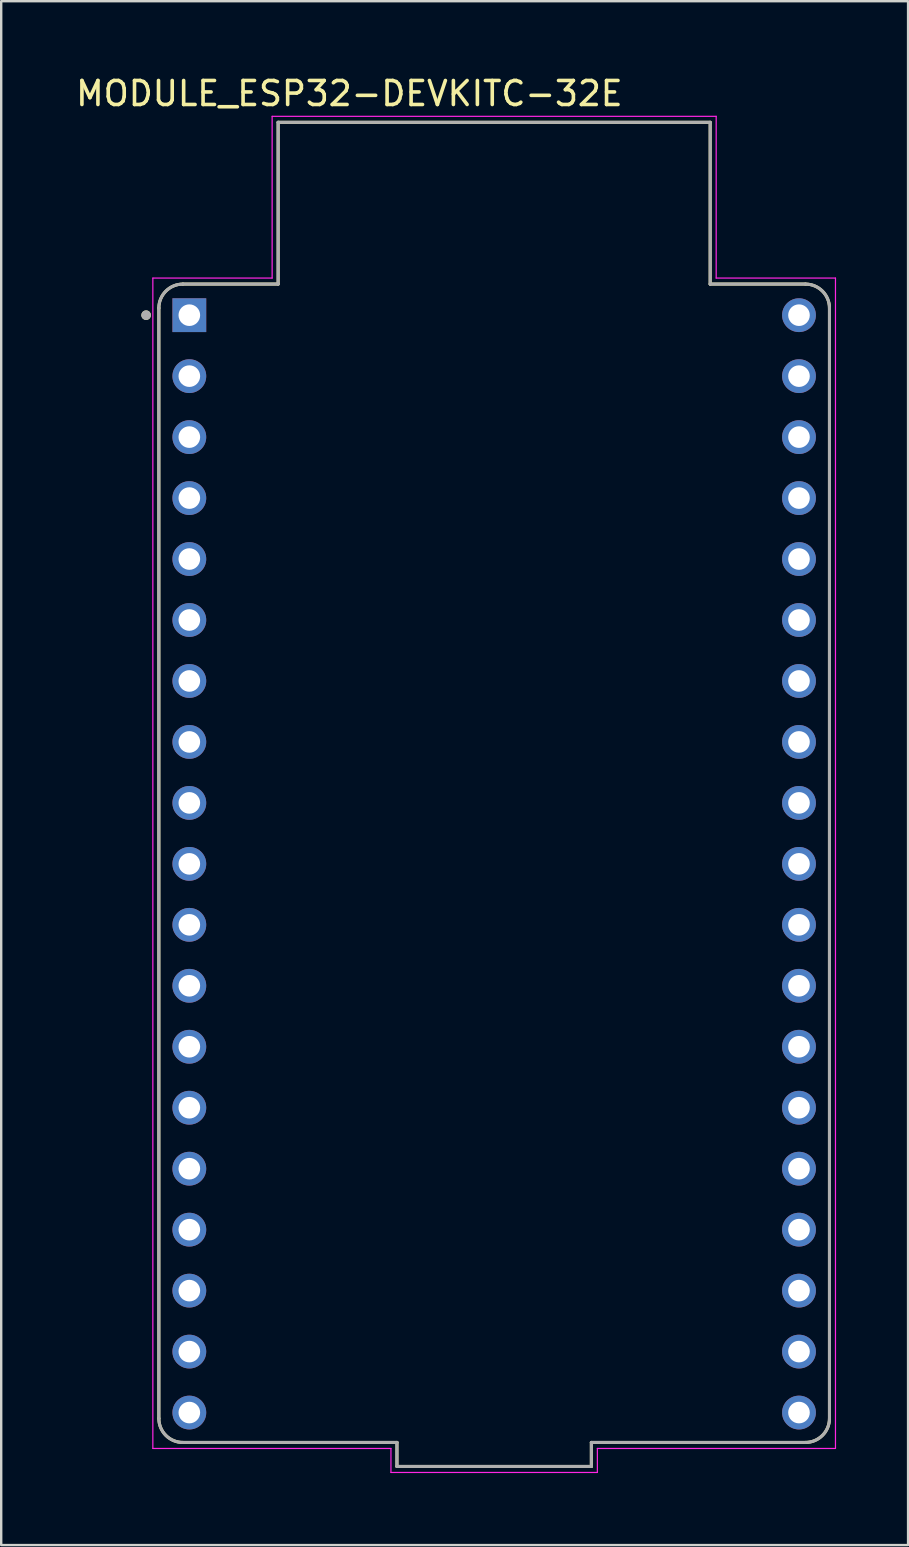
<source format=kicad_pcb>
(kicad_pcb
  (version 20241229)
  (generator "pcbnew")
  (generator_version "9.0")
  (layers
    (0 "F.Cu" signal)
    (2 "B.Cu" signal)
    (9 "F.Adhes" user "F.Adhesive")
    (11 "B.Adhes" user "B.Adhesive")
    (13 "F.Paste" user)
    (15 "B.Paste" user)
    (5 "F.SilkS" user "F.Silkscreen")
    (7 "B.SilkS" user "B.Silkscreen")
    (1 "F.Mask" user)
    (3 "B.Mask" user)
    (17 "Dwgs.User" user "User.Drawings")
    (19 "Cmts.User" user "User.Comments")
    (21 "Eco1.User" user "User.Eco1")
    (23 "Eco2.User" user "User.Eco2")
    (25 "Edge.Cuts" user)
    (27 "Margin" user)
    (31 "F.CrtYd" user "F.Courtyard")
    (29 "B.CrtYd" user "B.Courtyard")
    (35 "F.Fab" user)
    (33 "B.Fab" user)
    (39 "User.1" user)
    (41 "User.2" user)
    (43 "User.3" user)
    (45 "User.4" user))
  (footprint "MODULE_ESP32-DEVKITC-32E"
    (layer "F.Cu")
    (at 17.538 32.916)
    (property "Reference" "MODULE_ESP32-DEVKITC-32E" (at -6.032 -32.068 0) (layer "F.SilkS") (effects (font (size 1 1) (thickness 0.15))))
    (attr through_hole)
    (fp_line (start -13.97 23.13) (end -13.97 -23.13) (stroke (width 0.127) (type solid)) (layer "F.SilkS"))
    (fp_line (start -12.97 -24.13) (end -9 -24.13) (stroke (width 0.127) (type solid)) (layer "F.SilkS"))
    (fp_line (start -12.97 24.13) (end -4.05 24.13) (stroke (width 0.127) (type solid)) (layer "F.SilkS"))
    (fp_line (start -9 -30.87) (end 9 -30.87) (stroke (width 0.127) (type solid)) (layer "F.SilkS"))
    (fp_line (start -9 -24.13) (end -9 -30.87) (stroke (width 0.127) (type solid)) (layer "F.SilkS"))
    (fp_line (start -4.05 24.13) (end -4.05 25.13) (stroke (width 0.127) (type solid)) (layer "F.SilkS"))
    (fp_line (start -4.05 25.13) (end 4.05 25.13) (stroke (width 0.127) (type solid)) (layer "F.SilkS"))
    (fp_line (start 4.05 24.13) (end 12.97 24.13) (stroke (width 0.127) (type solid)) (layer "F.SilkS"))
    (fp_line (start 4.05 25.13) (end 4.05 24.13) (stroke (width 0.127) (type solid)) (layer "F.SilkS"))
    (fp_line (start 9 -30.87) (end 9 -24.13) (stroke (width 0.127) (type solid)) (layer "F.SilkS"))
    (fp_line (start 9 -24.13) (end 12.97 -24.13) (stroke (width 0.127) (type solid)) (layer "F.SilkS"))
    (fp_line (start 13.97 23.13) (end 13.97 -23.13) (stroke (width 0.127) (type solid)) (layer "F.SilkS"))
    (fp_arc (start -13.97 -23.13) (mid -13.677107 -23.837107) (end -12.97 -24.13) (stroke (width 0.127) (type solid)) (layer "F.SilkS"))
    (fp_arc (start -12.97 24.13) (mid -13.677107 23.837107) (end -13.97 23.13) (stroke (width 0.127) (type solid)) (layer "F.SilkS"))
    (fp_arc (start 12.97 -24.13) (mid 13.677107 -23.837107) (end 13.97 -23.13) (stroke (width 0.127) (type solid)) (layer "F.SilkS"))
    (fp_arc (start 13.97 23.13) (mid 13.677107 23.837107) (end 12.97 24.13) (stroke (width 0.127) (type solid)) (layer "F.SilkS"))
    (fp_circle (center -14.5 -22.835) (end -14.4 -22.835) (stroke (width 0.2) (type solid)) (fill no) (layer "F.SilkS"))
    (fp_line (start -14.22 -24.38) (end -14.22 24.38) (stroke (width 0.05) (type solid)) (layer "F.CrtYd"))
    (fp_line (start -14.22 24.38) (end -4.3 24.38) (stroke (width 0.05) (type solid)) (layer "F.CrtYd"))
    (fp_line (start -9.25 -31.12) (end -9.25 -24.38) (stroke (width 0.05) (type solid)) (layer "F.CrtYd"))
    (fp_line (start -9.25 -24.38) (end -14.22 -24.38) (stroke (width 0.05) (type solid)) (layer "F.CrtYd"))
    (fp_line (start -4.3 24.38) (end -4.3 25.38) (stroke (width 0.05) (type solid)) (layer "F.CrtYd"))
    (fp_line (start -4.3 25.38) (end 4.3 25.38) (stroke (width 0.05) (type solid)) (layer "F.CrtYd"))
    (fp_line (start 4.3 24.38) (end 14.22 24.38) (stroke (width 0.05) (type solid)) (layer "F.CrtYd"))
    (fp_line (start 4.3 25.38) (end 4.3 24.38) (stroke (width 0.05) (type solid)) (layer "F.CrtYd"))
    (fp_line (start 9.25 -31.12) (end -9.25 -31.12) (stroke (width 0.05) (type solid)) (layer "F.CrtYd"))
    (fp_line (start 9.25 -24.38) (end 9.25 -31.12) (stroke (width 0.05) (type solid)) (layer "F.CrtYd"))
    (fp_line (start 14.22 -24.38) (end 9.25 -24.38) (stroke (width 0.05) (type solid)) (layer "F.CrtYd"))
    (fp_line (start 14.22 24.38) (end 14.22 -24.38) (stroke (width 0.05) (type solid)) (layer "F.CrtYd"))
    (fp_line (start -13.97 23.13) (end -13.97 -23.13) (stroke (width 0.127) (type solid)) (layer "F.Fab"))
    (fp_line (start -12.97 -24.13) (end -9 -24.13) (stroke (width 0.127) (type solid)) (layer "F.Fab"))
    (fp_line (start -12.97 24.13) (end -4.05 24.13) (stroke (width 0.127) (type solid)) (layer "F.Fab"))
    (fp_line (start -9 -30.87) (end 9 -30.87) (stroke (width 0.127) (type solid)) (layer "F.Fab"))
    (fp_line (start -9 -24.13) (end -9 -30.87) (stroke (width 0.127) (type solid)) (layer "F.Fab"))
    (fp_line (start -4.05 24.13) (end -4.05 25.13) (stroke (width 0.127) (type solid)) (layer "F.Fab"))
    (fp_line (start -4.05 25.13) (end 4.05 25.13) (stroke (width 0.127) (type solid)) (layer "F.Fab"))
    (fp_line (start 4.05 24.13) (end 12.97 24.13) (stroke (width 0.127) (type solid)) (layer "F.Fab"))
    (fp_line (start 4.05 25.13) (end 4.05 24.13) (stroke (width 0.127) (type solid)) (layer "F.Fab"))
    (fp_line (start 9 -30.87) (end 9 -24.13) (stroke (width 0.127) (type solid)) (layer "F.Fab"))
    (fp_line (start 9 -24.13) (end 12.97 -24.13) (stroke (width 0.127) (type solid)) (layer "F.Fab"))
    (fp_line (start 13.97 23.13) (end 13.97 -23.13) (stroke (width 0.127) (type solid)) (layer "F.Fab"))
    (fp_arc (start -13.97 -23.13) (mid -13.677107 -23.837107) (end -12.97 -24.13) (stroke (width 0.127) (type solid)) (layer "F.Fab"))
    (fp_arc (start -12.97 24.13) (mid -13.677107 23.837107) (end -13.97 23.13) (stroke (width 0.127) (type solid)) (layer "F.Fab"))
    (fp_arc (start 12.97 -24.13) (mid 13.677107 -23.837107) (end 13.97 -23.13) (stroke (width 0.127) (type solid)) (layer "F.Fab"))
    (fp_arc (start 13.97 23.13) (mid 13.677107 23.837107) (end 12.97 24.13) (stroke (width 0.127) (type solid)) (layer "F.Fab"))
    (fp_circle (center -14.5 -22.835) (end -14.4 -22.835) (stroke (width 0.2) (type solid)) (fill no) (layer "F.Fab"))
    (pad "J2_1" thru_hole rect (at -12.7 -22.835) (size 1.408 1.408) (drill 0.9) (layers "*.Cu" "*.Mask"))
    (pad "J2_2" thru_hole circle (at -12.7 -20.295) (size 1.408 1.408) (drill 0.9) (layers "*.Cu" "*.Mask"))
    (pad "J2_3" thru_hole circle (at -12.7 -17.755) (size 1.408 1.408) (drill 0.9) (layers "*.Cu" "*.Mask"))
    (pad "J2_4" thru_hole circle (at -12.7 -15.215) (size 1.408 1.408) (drill 0.9) (layers "*.Cu" "*.Mask"))
    (pad "J2_5" thru_hole circle (at -12.7 -12.675) (size 1.408 1.408) (drill 0.9) (layers "*.Cu" "*.Mask"))
    (pad "J2_6" thru_hole circle (at -12.7 -10.135) (size 1.408 1.408) (drill 0.9) (layers "*.Cu" "*.Mask"))
    (pad "J2_7" thru_hole circle (at -12.7 -7.595) (size 1.408 1.408) (drill 0.9) (layers "*.Cu" "*.Mask"))
    (pad "J2_8" thru_hole circle (at -12.7 -5.055) (size 1.408 1.408) (drill 0.9) (layers "*.Cu" "*.Mask"))
    (pad "J2_9" thru_hole circle (at -12.7 -2.515) (size 1.408 1.408) (drill 0.9) (layers "*.Cu" "*.Mask"))
    (pad "J2_10" thru_hole circle (at -12.7 0.025) (size 1.408 1.408) (drill 0.9) (layers "*.Cu" "*.Mask"))
    (pad "J2_11" thru_hole circle (at -12.7 2.565) (size 1.408 1.408) (drill 0.9) (layers "*.Cu" "*.Mask"))
    (pad "J2_12" thru_hole circle (at -12.7 5.105) (size 1.408 1.408) (drill 0.9) (layers "*.Cu" "*.Mask"))
    (pad "J2_13" thru_hole circle (at -12.7 7.645) (size 1.408 1.408) (drill 0.9) (layers "*.Cu" "*.Mask"))
    (pad "J2_14" thru_hole circle (at -12.7 10.185) (size 1.408 1.408) (drill 0.9) (layers "*.Cu" "*.Mask"))
    (pad "J2_15" thru_hole circle (at -12.7 12.725) (size 1.408 1.408) (drill 0.9) (layers "*.Cu" "*.Mask"))
    (pad "J2_16" thru_hole circle (at -12.7 15.265) (size 1.408 1.408) (drill 0.9) (layers "*.Cu" "*.Mask"))
    (pad "J2_17" thru_hole circle (at -12.7 17.805) (size 1.408 1.408) (drill 0.9) (layers "*.Cu" "*.Mask"))
    (pad "J2_18" thru_hole circle (at -12.7 20.345) (size 1.408 1.408) (drill 0.9) (layers "*.Cu" "*.Mask"))
    (pad "J2_19" thru_hole circle (at -12.7 22.885) (size 1.408 1.408) (drill 0.9) (layers "*.Cu" "*.Mask"))
    (pad "J3_1" thru_hole circle (at 12.7 -22.835) (size 1.408 1.408) (drill 0.9) (layers "*.Cu" "*.Mask"))
    (pad "J3_2" thru_hole circle (at 12.7 -20.295) (size 1.408 1.408) (drill 0.9) (layers "*.Cu" "*.Mask"))
    (pad "J3_3" thru_hole circle (at 12.7 -17.755) (size 1.408 1.408) (drill 0.9) (layers "*.Cu" "*.Mask"))
    (pad "J3_4" thru_hole circle (at 12.7 -15.215) (size 1.408 1.408) (drill 0.9) (layers "*.Cu" "*.Mask"))
    (pad "J3_5" thru_hole circle (at 12.7 -12.675) (size 1.408 1.408) (drill 0.9) (layers "*.Cu" "*.Mask"))
    (pad "J3_6" thru_hole circle (at 12.7 -10.135) (size 1.408 1.408) (drill 0.9) (layers "*.Cu" "*.Mask"))
    (pad "J3_7" thru_hole circle (at 12.7 -7.595) (size 1.408 1.408) (drill 0.9) (layers "*.Cu" "*.Mask"))
    (pad "J3_8" thru_hole circle (at 12.7 -5.055) (size 1.408 1.408) (drill 0.9) (layers "*.Cu" "*.Mask"))
    (pad "J3_9" thru_hole circle (at 12.7 -2.515) (size 1.408 1.408) (drill 0.9) (layers "*.Cu" "*.Mask"))
    (pad "J3_10" thru_hole circle (at 12.7 0.025) (size 1.408 1.408) (drill 0.9) (layers "*.Cu" "*.Mask"))
    (pad "J3_11" thru_hole circle (at 12.7 2.565) (size 1.408 1.408) (drill 0.9) (layers "*.Cu" "*.Mask"))
    (pad "J3_12" thru_hole circle (at 12.7 5.105) (size 1.408 1.408) (drill 0.9) (layers "*.Cu" "*.Mask"))
    (pad "J3_13" thru_hole circle (at 12.7 7.645) (size 1.408 1.408) (drill 0.9) (layers "*.Cu" "*.Mask"))
    (pad "J3_14" thru_hole circle (at 12.7 10.185) (size 1.408 1.408) (drill 0.9) (layers "*.Cu" "*.Mask"))
    (pad "J3_15" thru_hole circle (at 12.7 12.725) (size 1.408 1.408) (drill 0.9) (layers "*.Cu" "*.Mask"))
    (pad "J3_16" thru_hole circle (at 12.7 15.265) (size 1.408 1.408) (drill 0.9) (layers "*.Cu" "*.Mask"))
    (pad "J3_17" thru_hole circle (at 12.7 17.805) (size 1.408 1.408) (drill 0.9) (layers "*.Cu" "*.Mask"))
    (pad "J3_18" thru_hole circle (at 12.7 20.345) (size 1.408 1.408) (drill 0.9) (layers "*.Cu" "*.Mask"))
    (pad "J3_19" thru_hole circle (at 12.7 22.885) (size 1.408 1.408) (drill 0.9) (layers "*.Cu" "*.Mask")))
  (gr_rect
    (start -3 -3)
    (end 34.783 61.321)
    (stroke (width 0.1) (type default))
    (fill no)
    (layer "Edge.Cuts")))
</source>
